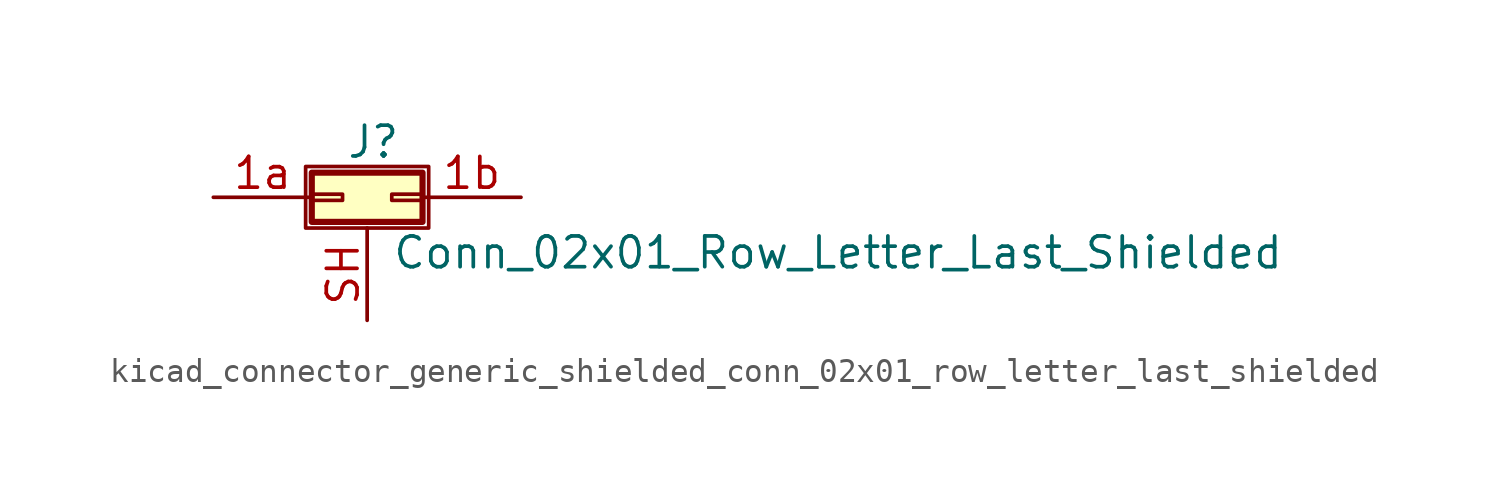
<source format=kicad_sym>
(kicad_symbol_lib
  (version 20220914)
  (generator kicad_symbol_editor)
  (symbol "kicad_connector_generic_shielded_conn_02x01_row_letter_last_shielded"
    (pin_names
      (offset 1.016) hide)
    (property "Reference" "J"
      (at 1.524 2.286 0)
      (effects (font (size 1.27 1.27))))
    (property "Value" "Conn_02x01_Row_Letter_Last_Shielded"
      (at 2.286 -2.286 0)
      (effects (font (size 1.27 1.27)) (justify left)))
    (symbol "kicad_connector_generic_shielded_conn_02x01_row_letter_last_shielded_1_1"
      (rectangle (start -1.27 1.27) (end 3.81 -1.27) (stroke (width 0.152) (type default)) (fill (type none)))
      (rectangle (start -1.016 0.127) (end 0.254 -0.127) (stroke (width 0.152) (type default)) (fill (type none)))
      (rectangle (start -1.016 1.016) (end 3.556 -1.016) (stroke (width 0.254) (type default)) (fill (type background)))
      (rectangle (start 3.556 0.127) (end 2.286 -0.127) (stroke (width 0.152) (type default)) (fill (type none)))
      (pin passive line (at -5.08 0 0) (length 4.064) (name "Pin_1a" (effects (font (size 1.27 1.27)))) (number "1a" (effects (font (size 1.27 1.27)))))
      (pin passive line (at 7.62 0 180) (length 4.064) (name "Pin_1b" (effects (font (size 1.27 1.27)))) (number "1b" (effects (font (size 1.27 1.27)))))
      (pin passive line (at 1.27 -5.08 90) (length 3.81) (name "Shield" (effects (font (size 1.27 1.27)))) (number "SH" (effects (font (size 1.27 1.27))))))))
</source>
